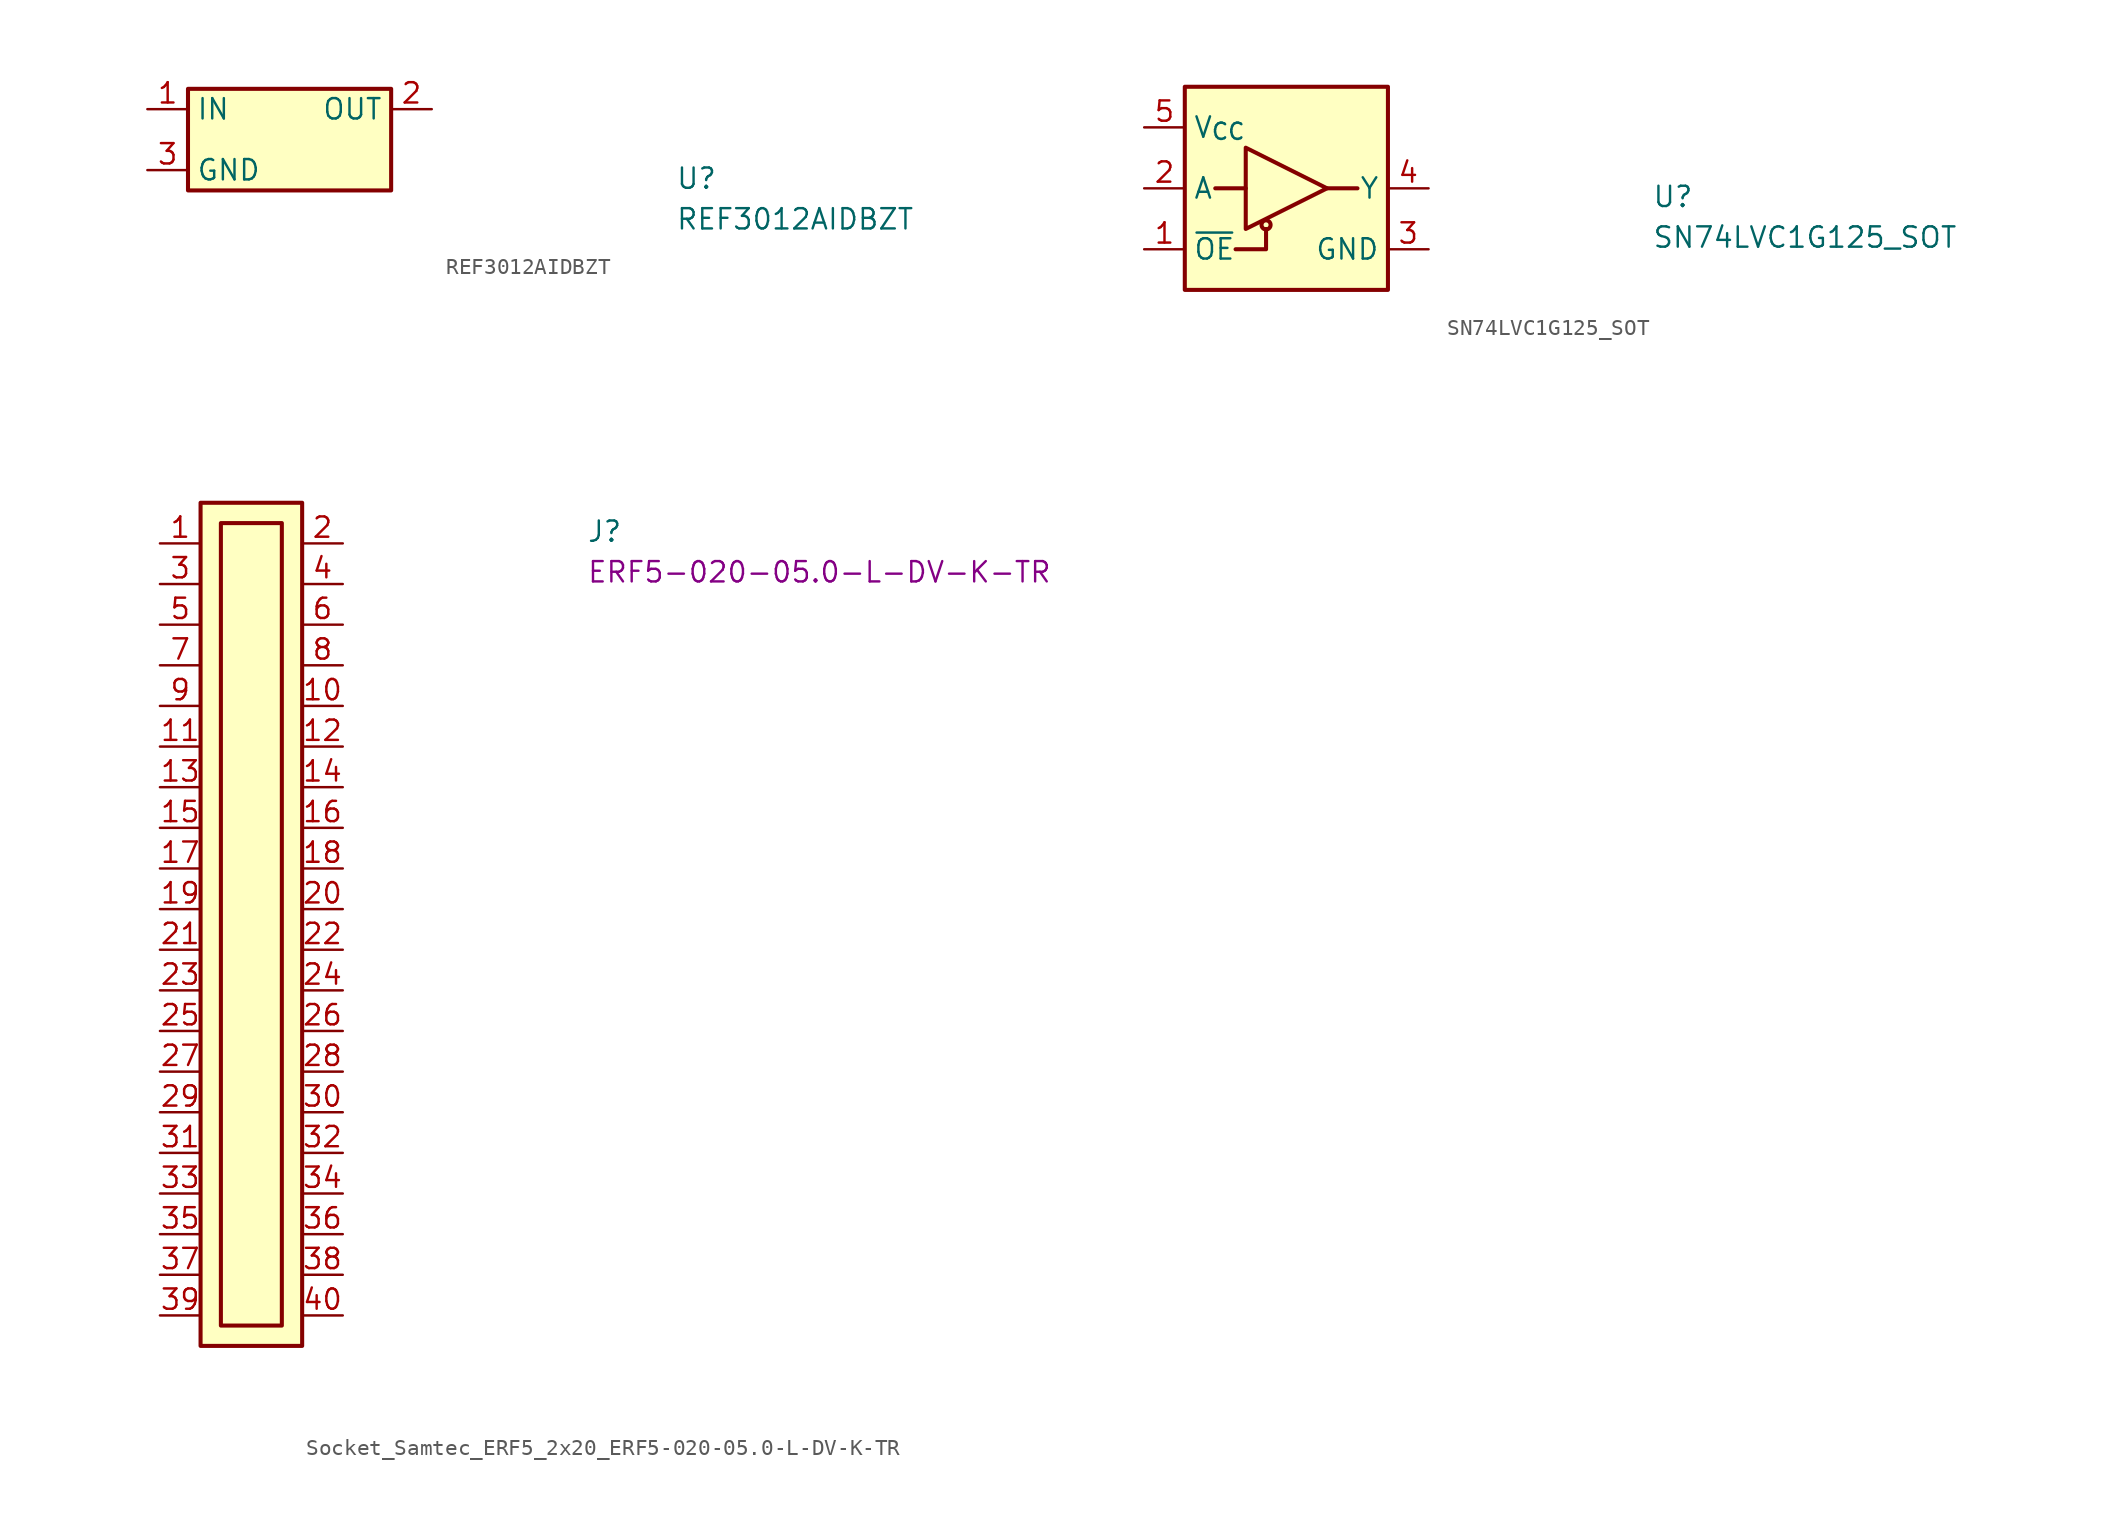
<source format=kicad_sym>
(kicad_symbol_lib
  (version 20211014)
  (generator kicad_symbol_editor)
  (symbol "REF3012AIDBZT"
    (property "Reference" "U"
      (at 33.02 -5.08 0)
      (effects (font (size 1.27 1.27) (thickness 0.15)) (justify left bottom)))
    (property "Value" "REF3012AIDBZT"
      (at 33.02 -7.62 0)
      (effects (font (size 1.27 1.27) (thickness 0.15)) (justify left bottom)))
    (symbol "REF3012AIDBZT_1_1"
      (rectangle (start 2.54 1.27) (end 15.24 -5.08) (stroke (width 0.254) (type default) (color 0 0 0 0)) (fill (type background)))
      (pin power_in line (at 0 0 0) (length 2.54) (name "IN" (effects (font (size 1.27 1.27)))) (number "1" (effects (font (size 1.27 1.27)))))
      (pin output line (at 17.78 0 180) (length 2.54) (name "OUT" (effects (font (size 1.27 1.27)))) (number "2" (effects (font (size 1.27 1.27)))))
      (pin passive line (at 0 -3.81 0) (length 2.54) (name "GND" (effects (font (size 1.27 1.27)))) (number "3" (effects (font (size 1.27 1.27)))))))
  (symbol "SN74LVC1G125_SOT"
    (property "Reference" "U"
      (at 31.75 -5.08 0)
      (effects (font (size 1.27 1.27) (thickness 0.15)) (justify left bottom)))
    (property "Value" "SN74LVC1G125_SOT"
      (at 31.75 -7.62 0)
      (effects (font (size 1.27 1.27) (thickness 0.15)) (justify left bottom)))
    (symbol "SN74LVC1G125_SOT_1_1"
      (polyline (pts (xy 6.35 -3.81) (xy 4.445 -3.81)) (stroke (width 0.254) (type default) (color 0 0 0 0)) (fill (type background)))
      (polyline (pts (xy 11.43 -3.81) (xy 13.335 -3.81)) (stroke (width 0.254) (type default) (color 0 0 0 0)) (fill (type background)))
      (polyline (pts (xy 5.715 -7.62) (xy 7.62 -7.62) (xy 7.62 -6.35)) (stroke (width 0.254) (type default) (color 0 0 0 0)) (fill (type background)))
      (polyline (pts (xy 6.35 -1.27) (xy 11.43 -3.81) (xy 6.35 -6.35) (xy 6.35 -1.27)) (stroke (width 0.254) (type default) (color 0 0 0 0)) (fill (type background)))
      (rectangle (start 2.54 2.54) (end 15.24 -10.16) (stroke (width 0.254) (type default) (color 0 0 0 0)) (fill (type background)))
      (circle (center 7.62 -6.096) (radius 0.284) (stroke (width 0.254) (type default) (color 0 0 0 0)) (fill (type background)))
      (pin input line (at 0 -7.62 0) (length 2.54) (name "~{OE}" (effects (font (size 1.27 1.27)))) (number "1" (effects (font (size 1.27 1.27)))))
      (pin input line (at 0 -3.81 0) (length 2.54) (name "A" (effects (font (size 1.27 1.27)))) (number "2" (effects (font (size 1.27 1.27)))))
      (pin power_in line (at 17.78 -7.62 180) (length 2.54) (name "GND" (effects (font (size 1.27 1.27)))) (number "3" (effects (font (size 1.27 1.27)))))
      (pin output line (at 17.78 -3.81 180) (length 2.54) (name "Y" (effects (font (size 1.27 1.27)))) (number "4" (effects (font (size 1.27 1.27)))))
      (pin power_in line (at 0 0 0) (length 2.54) (name "V_{CC}" (effects (font (size 1.27 1.27)))) (number "5" (effects (font (size 1.27 1.27)))))))
  (symbol "Socket_Samtec_ERF5_2x20_ERF5-020-05.0-L-DV-K-TR"
    (property "Reference" "J"
      (at 26.67 0 0)
      (effects (font (size 1.27 1.27) (thickness 0.15)) (justify left bottom)))
    (property "MPN" "ERF5-020-05.0-L-DV-K-TR"
      (at 26.67 -2.54 0)
      (effects (font (size 1.27 1.27) (thickness 0.15)) (justify left bottom)))
    (symbol "Socket_Samtec_ERF5_2x20_ERF5-020-05.0-L-DV-K-TR_1_1"
      (rectangle (start 2.54 2.54) (end 8.89 -50.165) (stroke (width 0.254) (type default)) (fill (type background)))
      (rectangle (start 3.81 1.27) (end 7.62 -48.895) (stroke (width 0.254) (type default)) (fill (type background)))
      (pin passive line (at 0 0 0) (length 2.54) (name "~" (effects (font (size 1.27 1.27)))) (number "1" (effects (font (size 1.27 1.27)))))
      (pin passive line (at 11.43 -10.16 180) (length 2.54) (name "~" (effects (font (size 1.27 1.27)))) (number "10" (effects (font (size 1.27 1.27)))))
      (pin passive line (at 0 -12.7 0) (length 2.54) (name "~" (effects (font (size 1.27 1.27)))) (number "11" (effects (font (size 1.27 1.27)))))
      (pin passive line (at 11.43 -12.7 180) (length 2.54) (name "~" (effects (font (size 1.27 1.27)))) (number "12" (effects (font (size 1.27 1.27)))))
      (pin passive line (at 0 -15.24 0) (length 2.54) (name "~" (effects (font (size 1.27 1.27)))) (number "13" (effects (font (size 1.27 1.27)))))
      (pin passive line (at 11.43 -15.24 180) (length 2.54) (name "~" (effects (font (size 1.27 1.27)))) (number "14" (effects (font (size 1.27 1.27)))))
      (pin passive line (at 0 -17.78 0) (length 2.54) (name "~" (effects (font (size 1.27 1.27)))) (number "15" (effects (font (size 1.27 1.27)))))
      (pin passive line (at 11.43 -17.78 180) (length 2.54) (name "~" (effects (font (size 1.27 1.27)))) (number "16" (effects (font (size 1.27 1.27)))))
      (pin passive line (at 0 -20.32 0) (length 2.54) (name "~" (effects (font (size 1.27 1.27)))) (number "17" (effects (font (size 1.27 1.27)))))
      (pin passive line (at 11.43 -20.32 180) (length 2.54) (name "~" (effects (font (size 1.27 1.27)))) (number "18" (effects (font (size 1.27 1.27)))))
      (pin passive line (at 0 -22.86 0) (length 2.54) (name "~" (effects (font (size 1.27 1.27)))) (number "19" (effects (font (size 1.27 1.27)))))
      (pin passive line (at 11.43 0 180) (length 2.54) (name "~" (effects (font (size 1.27 1.27)))) (number "2" (effects (font (size 1.27 1.27)))))
      (pin passive line (at 11.43 -22.86 180) (length 2.54) (name "~" (effects (font (size 1.27 1.27)))) (number "20" (effects (font (size 1.27 1.27)))))
      (pin passive line (at 0 -25.4 0) (length 2.54) (name "~" (effects (font (size 1.27 1.27)))) (number "21" (effects (font (size 1.27 1.27)))))
      (pin passive line (at 11.43 -25.4 180) (length 2.54) (name "~" (effects (font (size 1.27 1.27)))) (number "22" (effects (font (size 1.27 1.27)))))
      (pin passive line (at 0 -27.94 0) (length 2.54) (name "~" (effects (font (size 1.27 1.27)))) (number "23" (effects (font (size 1.27 1.27)))))
      (pin passive line (at 11.43 -27.94 180) (length 2.54) (name "~" (effects (font (size 1.27 1.27)))) (number "24" (effects (font (size 1.27 1.27)))))
      (pin passive line (at 0 -30.48 0) (length 2.54) (name "~" (effects (font (size 1.27 1.27)))) (number "25" (effects (font (size 1.27 1.27)))))
      (pin passive line (at 11.43 -30.48 180) (length 2.54) (name "~" (effects (font (size 1.27 1.27)))) (number "26" (effects (font (size 1.27 1.27)))))
      (pin passive line (at 0 -33.02 0) (length 2.54) (name "~" (effects (font (size 1.27 1.27)))) (number "27" (effects (font (size 1.27 1.27)))))
      (pin passive line (at 11.43 -33.02 180) (length 2.54) (name "~" (effects (font (size 1.27 1.27)))) (number "28" (effects (font (size 1.27 1.27)))))
      (pin passive line (at 0 -35.56 0) (length 2.54) (name "~" (effects (font (size 1.27 1.27)))) (number "29" (effects (font (size 1.27 1.27)))))
      (pin passive line (at 0 -2.54 0) (length 2.54) (name "~" (effects (font (size 1.27 1.27)))) (number "3" (effects (font (size 1.27 1.27)))))
      (pin passive line (at 11.43 -35.56 180) (length 2.54) (name "~" (effects (font (size 1.27 1.27)))) (number "30" (effects (font (size 1.27 1.27)))))
      (pin passive line (at 0 -38.1 0) (length 2.54) (name "~" (effects (font (size 1.27 1.27)))) (number "31" (effects (font (size 1.27 1.27)))))
      (pin passive line (at 11.43 -38.1 180) (length 2.54) (name "~" (effects (font (size 1.27 1.27)))) (number "32" (effects (font (size 1.27 1.27)))))
      (pin passive line (at 0 -40.64 0) (length 2.54) (name "~" (effects (font (size 1.27 1.27)))) (number "33" (effects (font (size 1.27 1.27)))))
      (pin passive line (at 11.43 -40.64 180) (length 2.54) (name "~" (effects (font (size 1.27 1.27)))) (number "34" (effects (font (size 1.27 1.27)))))
      (pin passive line (at 0 -43.18 0) (length 2.54) (name "~" (effects (font (size 1.27 1.27)))) (number "35" (effects (font (size 1.27 1.27)))))
      (pin passive line (at 11.43 -43.18 180) (length 2.54) (name "~" (effects (font (size 1.27 1.27)))) (number "36" (effects (font (size 1.27 1.27)))))
      (pin passive line (at 0 -45.72 0) (length 2.54) (name "~" (effects (font (size 1.27 1.27)))) (number "37" (effects (font (size 1.27 1.27)))))
      (pin passive line (at 11.43 -45.72 180) (length 2.54) (name "~" (effects (font (size 1.27 1.27)))) (number "38" (effects (font (size 1.27 1.27)))))
      (pin passive line (at 0 -48.26 0) (length 2.54) (name "~" (effects (font (size 1.27 1.27)))) (number "39" (effects (font (size 1.27 1.27)))))
      (pin passive line (at 11.43 -2.54 180) (length 2.54) (name "~" (effects (font (size 1.27 1.27)))) (number "4" (effects (font (size 1.27 1.27)))))
      (pin passive line (at 11.43 -48.26 180) (length 2.54) (name "~" (effects (font (size 1.27 1.27)))) (number "40" (effects (font (size 1.27 1.27)))))
      (pin passive line (at 0 -5.08 0) (length 2.54) (name "~" (effects (font (size 1.27 1.27)))) (number "5" (effects (font (size 1.27 1.27)))))
      (pin passive line (at 11.43 -5.08 180) (length 2.54) (name "~" (effects (font (size 1.27 1.27)))) (number "6" (effects (font (size 1.27 1.27)))))
      (pin passive line (at 0 -7.62 0) (length 2.54) (name "~" (effects (font (size 1.27 1.27)))) (number "7" (effects (font (size 1.27 1.27)))))
      (pin passive line (at 11.43 -7.62 180) (length 2.54) (name "~" (effects (font (size 1.27 1.27)))) (number "8" (effects (font (size 1.27 1.27)))))
      (pin passive line (at 0 -10.16 0) (length 2.54) (name "~" (effects (font (size 1.27 1.27)))) (number "9" (effects (font (size 1.27 1.27))))))))
</source>
